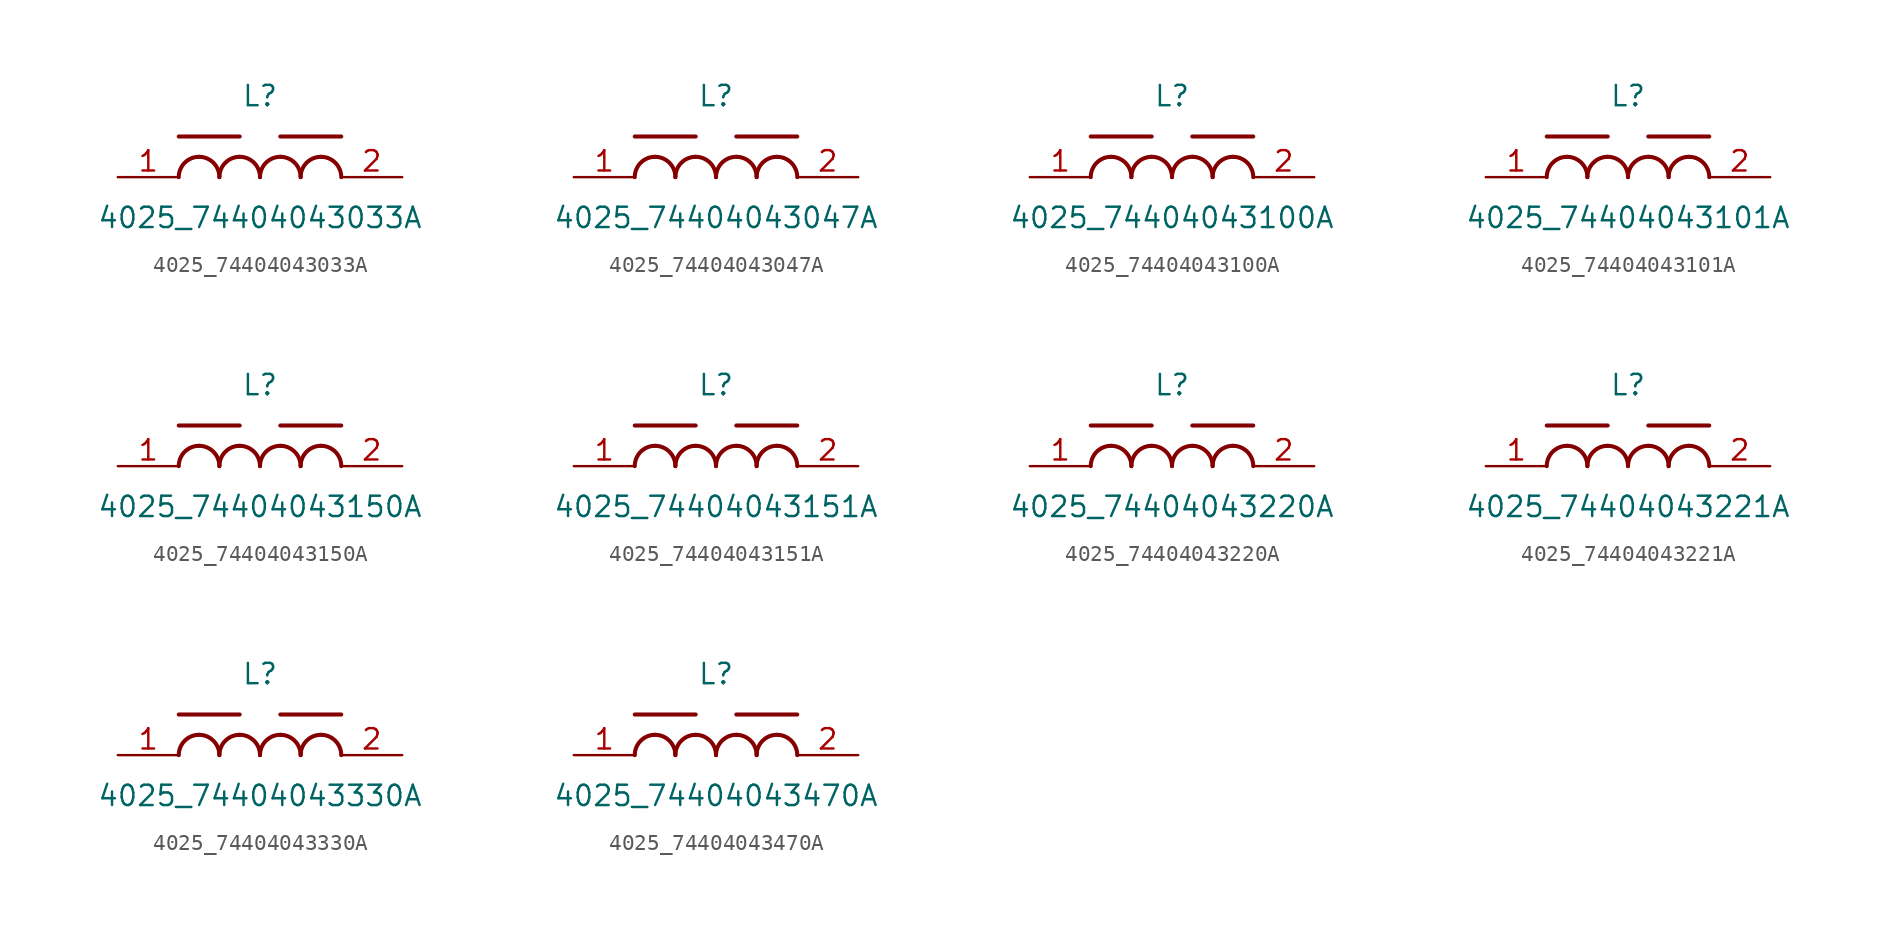
<source format=kicad_sym>
(kicad_symbol_lib
  (version 20211014)
  (generator kicad_symbol_editor)
  (symbol "Inductor_Wurth_WE-LQS:4025_74404043033A"
    (pin_names hide)
    (property "Reference" "L"
      (at 0 5.08 0)
      (effects (font (size 1.27 1.27))))
    (property "Value" "4025_74404043033A"
      (at 0 -2.54 0)
      (effects (font (size 1.27 1.27))))
    (symbol "4025_74404043033A_0_1"
      (arc (start -3.81 1.27) (mid -4.708 0.898) (end -5.08 0) (stroke (width 0.254) (type default) (color 0 0 0 0)) (fill (type none)))
      (arc (start -2.54 0) (mid -2.912 0.898) (end -3.81 1.27) (stroke (width 0.254) (type default) (color 0 0 0 0)) (fill (type none)))
      (arc (start -1.2699 1.2701) (mid -2.1679 0.8981) (end -2.5399 0.0001) (stroke (width 0.254) (type default) (color 0 0 0 0)) (fill (type none)))
      (polyline (pts (xy -5.08 2.54) (xy -1.27 2.54)) (stroke (width 0.254) (type default) (color 0 0 0 0)) (fill (type none)))
      (polyline (pts (xy 5.08 2.54) (xy 1.27 2.54)) (stroke (width 0.254) (type default) (color 0 0 0 0)) (fill (type none)))
      (arc (start 0.0001 0.0001) (mid -0.3719 0.8981) (end -1.2699 1.2701) (stroke (width 0.254) (type default) (color 0 0 0 0)) (fill (type none)))
      (arc (start 1.2701 1.2701) (mid 0.3721 0.8981) (end 0.0001 0.0001) (stroke (width 0.254) (type default) (color 0 0 0 0)) (fill (type none)))
      (arc (start 2.5401 0.0001) (mid 2.1681 0.8981) (end 1.2701 1.2701) (stroke (width 0.254) (type default) (color 0 0 0 0)) (fill (type none)))
      (arc (start 3.8101 1.2701) (mid 2.9121 0.8981) (end 2.5401 0.0001) (stroke (width 0.254) (type default) (color 0 0 0 0)) (fill (type none)))
      (arc (start 5.0801 0.0001) (mid 4.7081 0.8981) (end 3.8101 1.2701) (stroke (width 0.254) (type default) (color 0 0 0 0)) (fill (type none))))
    (symbol "4025_74404043033A_1_1"
      (pin passive line (at -8.89 0 0) (length 3.81) (name "1" (effects (font (size 1.27 1.27)))) (number "1" (effects (font (size 1.27 1.27)))))
      (pin passive line (at 8.89 0 180) (length 3.81) (name "2" (effects (font (size 1.27 1.27)))) (number "2" (effects (font (size 1.27 1.27)))))))
  (symbol "Inductor_Wurth_WE-LQS:4025_74404043047A"
    (pin_names hide)
    (property "Reference" "L"
      (at 0 5.08 0)
      (effects (font (size 1.27 1.27))))
    (property "Value" "4025_74404043047A"
      (at 0 -2.54 0)
      (effects (font (size 1.27 1.27))))
    (symbol "4025_74404043047A_0_1"
      (arc (start -3.81 1.27) (mid -4.708 0.898) (end -5.08 0) (stroke (width 0.254) (type default) (color 0 0 0 0)) (fill (type none)))
      (arc (start -2.54 0) (mid -2.912 0.898) (end -3.81 1.27) (stroke (width 0.254) (type default) (color 0 0 0 0)) (fill (type none)))
      (arc (start -1.2699 1.2701) (mid -2.1679 0.8981) (end -2.5399 0.0001) (stroke (width 0.254) (type default) (color 0 0 0 0)) (fill (type none)))
      (polyline (pts (xy -5.08 2.54) (xy -1.27 2.54)) (stroke (width 0.254) (type default) (color 0 0 0 0)) (fill (type none)))
      (polyline (pts (xy 5.08 2.54) (xy 1.27 2.54)) (stroke (width 0.254) (type default) (color 0 0 0 0)) (fill (type none)))
      (arc (start 0.0001 0.0001) (mid -0.3719 0.8981) (end -1.2699 1.2701) (stroke (width 0.254) (type default) (color 0 0 0 0)) (fill (type none)))
      (arc (start 1.2701 1.2701) (mid 0.3721 0.8981) (end 0.0001 0.0001) (stroke (width 0.254) (type default) (color 0 0 0 0)) (fill (type none)))
      (arc (start 2.5401 0.0001) (mid 2.1681 0.8981) (end 1.2701 1.2701) (stroke (width 0.254) (type default) (color 0 0 0 0)) (fill (type none)))
      (arc (start 3.8101 1.2701) (mid 2.9121 0.8981) (end 2.5401 0.0001) (stroke (width 0.254) (type default) (color 0 0 0 0)) (fill (type none)))
      (arc (start 5.0801 0.0001) (mid 4.7081 0.8981) (end 3.8101 1.2701) (stroke (width 0.254) (type default) (color 0 0 0 0)) (fill (type none))))
    (symbol "4025_74404043047A_1_1"
      (pin passive line (at -8.89 0 0) (length 3.81) (name "1" (effects (font (size 1.27 1.27)))) (number "1" (effects (font (size 1.27 1.27)))))
      (pin passive line (at 8.89 0 180) (length 3.81) (name "2" (effects (font (size 1.27 1.27)))) (number "2" (effects (font (size 1.27 1.27)))))))
  (symbol "Inductor_Wurth_WE-LQS:4025_74404043100A"
    (pin_names hide)
    (property "Reference" "L"
      (at 0 5.08 0)
      (effects (font (size 1.27 1.27))))
    (property "Value" "4025_74404043100A"
      (at 0 -2.54 0)
      (effects (font (size 1.27 1.27))))
    (symbol "4025_74404043100A_0_1"
      (arc (start -3.81 1.27) (mid -4.708 0.898) (end -5.08 0) (stroke (width 0.254) (type default) (color 0 0 0 0)) (fill (type none)))
      (arc (start -2.54 0) (mid -2.912 0.898) (end -3.81 1.27) (stroke (width 0.254) (type default) (color 0 0 0 0)) (fill (type none)))
      (arc (start -1.2699 1.2701) (mid -2.1679 0.8981) (end -2.5399 0.0001) (stroke (width 0.254) (type default) (color 0 0 0 0)) (fill (type none)))
      (polyline (pts (xy -5.08 2.54) (xy -1.27 2.54)) (stroke (width 0.254) (type default) (color 0 0 0 0)) (fill (type none)))
      (polyline (pts (xy 5.08 2.54) (xy 1.27 2.54)) (stroke (width 0.254) (type default) (color 0 0 0 0)) (fill (type none)))
      (arc (start 0.0001 0.0001) (mid -0.3719 0.8981) (end -1.2699 1.2701) (stroke (width 0.254) (type default) (color 0 0 0 0)) (fill (type none)))
      (arc (start 1.2701 1.2701) (mid 0.3721 0.8981) (end 0.0001 0.0001) (stroke (width 0.254) (type default) (color 0 0 0 0)) (fill (type none)))
      (arc (start 2.5401 0.0001) (mid 2.1681 0.8981) (end 1.2701 1.2701) (stroke (width 0.254) (type default) (color 0 0 0 0)) (fill (type none)))
      (arc (start 3.8101 1.2701) (mid 2.9121 0.8981) (end 2.5401 0.0001) (stroke (width 0.254) (type default) (color 0 0 0 0)) (fill (type none)))
      (arc (start 5.0801 0.0001) (mid 4.7081 0.8981) (end 3.8101 1.2701) (stroke (width 0.254) (type default) (color 0 0 0 0)) (fill (type none))))
    (symbol "4025_74404043100A_1_1"
      (pin passive line (at -8.89 0 0) (length 3.81) (name "1" (effects (font (size 1.27 1.27)))) (number "1" (effects (font (size 1.27 1.27)))))
      (pin passive line (at 8.89 0 180) (length 3.81) (name "2" (effects (font (size 1.27 1.27)))) (number "2" (effects (font (size 1.27 1.27)))))))
  (symbol "Inductor_Wurth_WE-LQS:4025_74404043101A"
    (pin_names hide)
    (property "Reference" "L"
      (at 0 5.08 0)
      (effects (font (size 1.27 1.27))))
    (property "Value" "4025_74404043101A"
      (at 0 -2.54 0)
      (effects (font (size 1.27 1.27))))
    (symbol "4025_74404043101A_0_1"
      (arc (start -3.81 1.27) (mid -4.708 0.898) (end -5.08 0) (stroke (width 0.254) (type default) (color 0 0 0 0)) (fill (type none)))
      (arc (start -2.54 0) (mid -2.912 0.898) (end -3.81 1.27) (stroke (width 0.254) (type default) (color 0 0 0 0)) (fill (type none)))
      (arc (start -1.2699 1.2701) (mid -2.1679 0.8981) (end -2.5399 0.0001) (stroke (width 0.254) (type default) (color 0 0 0 0)) (fill (type none)))
      (polyline (pts (xy -5.08 2.54) (xy -1.27 2.54)) (stroke (width 0.254) (type default) (color 0 0 0 0)) (fill (type none)))
      (polyline (pts (xy 5.08 2.54) (xy 1.27 2.54)) (stroke (width 0.254) (type default) (color 0 0 0 0)) (fill (type none)))
      (arc (start 0.0001 0.0001) (mid -0.3719 0.8981) (end -1.2699 1.2701) (stroke (width 0.254) (type default) (color 0 0 0 0)) (fill (type none)))
      (arc (start 1.2701 1.2701) (mid 0.3721 0.8981) (end 0.0001 0.0001) (stroke (width 0.254) (type default) (color 0 0 0 0)) (fill (type none)))
      (arc (start 2.5401 0.0001) (mid 2.1681 0.8981) (end 1.2701 1.2701) (stroke (width 0.254) (type default) (color 0 0 0 0)) (fill (type none)))
      (arc (start 3.8101 1.2701) (mid 2.9121 0.8981) (end 2.5401 0.0001) (stroke (width 0.254) (type default) (color 0 0 0 0)) (fill (type none)))
      (arc (start 5.0801 0.0001) (mid 4.7081 0.8981) (end 3.8101 1.2701) (stroke (width 0.254) (type default) (color 0 0 0 0)) (fill (type none))))
    (symbol "4025_74404043101A_1_1"
      (pin passive line (at -8.89 0 0) (length 3.81) (name "1" (effects (font (size 1.27 1.27)))) (number "1" (effects (font (size 1.27 1.27)))))
      (pin passive line (at 8.89 0 180) (length 3.81) (name "2" (effects (font (size 1.27 1.27)))) (number "2" (effects (font (size 1.27 1.27)))))))
  (symbol "Inductor_Wurth_WE-LQS:4025_74404043150A"
    (pin_names hide)
    (property "Reference" "L"
      (at 0 5.08 0)
      (effects (font (size 1.27 1.27))))
    (property "Value" "4025_74404043150A"
      (at 0 -2.54 0)
      (effects (font (size 1.27 1.27))))
    (symbol "4025_74404043150A_0_1"
      (arc (start -3.81 1.27) (mid -4.708 0.898) (end -5.08 0) (stroke (width 0.254) (type default) (color 0 0 0 0)) (fill (type none)))
      (arc (start -2.54 0) (mid -2.912 0.898) (end -3.81 1.27) (stroke (width 0.254) (type default) (color 0 0 0 0)) (fill (type none)))
      (arc (start -1.2699 1.2701) (mid -2.1679 0.8981) (end -2.5399 0.0001) (stroke (width 0.254) (type default) (color 0 0 0 0)) (fill (type none)))
      (polyline (pts (xy -5.08 2.54) (xy -1.27 2.54)) (stroke (width 0.254) (type default) (color 0 0 0 0)) (fill (type none)))
      (polyline (pts (xy 5.08 2.54) (xy 1.27 2.54)) (stroke (width 0.254) (type default) (color 0 0 0 0)) (fill (type none)))
      (arc (start 0.0001 0.0001) (mid -0.3719 0.8981) (end -1.2699 1.2701) (stroke (width 0.254) (type default) (color 0 0 0 0)) (fill (type none)))
      (arc (start 1.2701 1.2701) (mid 0.3721 0.8981) (end 0.0001 0.0001) (stroke (width 0.254) (type default) (color 0 0 0 0)) (fill (type none)))
      (arc (start 2.5401 0.0001) (mid 2.1681 0.8981) (end 1.2701 1.2701) (stroke (width 0.254) (type default) (color 0 0 0 0)) (fill (type none)))
      (arc (start 3.8101 1.2701) (mid 2.9121 0.8981) (end 2.5401 0.0001) (stroke (width 0.254) (type default) (color 0 0 0 0)) (fill (type none)))
      (arc (start 5.0801 0.0001) (mid 4.7081 0.8981) (end 3.8101 1.2701) (stroke (width 0.254) (type default) (color 0 0 0 0)) (fill (type none))))
    (symbol "4025_74404043150A_1_1"
      (pin passive line (at -8.89 0 0) (length 3.81) (name "1" (effects (font (size 1.27 1.27)))) (number "1" (effects (font (size 1.27 1.27)))))
      (pin passive line (at 8.89 0 180) (length 3.81) (name "2" (effects (font (size 1.27 1.27)))) (number "2" (effects (font (size 1.27 1.27)))))))
  (symbol "Inductor_Wurth_WE-LQS:4025_74404043151A"
    (pin_names hide)
    (property "Reference" "L"
      (at 0 5.08 0)
      (effects (font (size 1.27 1.27))))
    (property "Value" "4025_74404043151A"
      (at 0 -2.54 0)
      (effects (font (size 1.27 1.27))))
    (symbol "4025_74404043151A_0_1"
      (arc (start -3.81 1.27) (mid -4.708 0.898) (end -5.08 0) (stroke (width 0.254) (type default) (color 0 0 0 0)) (fill (type none)))
      (arc (start -2.54 0) (mid -2.912 0.898) (end -3.81 1.27) (stroke (width 0.254) (type default) (color 0 0 0 0)) (fill (type none)))
      (arc (start -1.2699 1.2701) (mid -2.1679 0.8981) (end -2.5399 0.0001) (stroke (width 0.254) (type default) (color 0 0 0 0)) (fill (type none)))
      (polyline (pts (xy -5.08 2.54) (xy -1.27 2.54)) (stroke (width 0.254) (type default) (color 0 0 0 0)) (fill (type none)))
      (polyline (pts (xy 5.08 2.54) (xy 1.27 2.54)) (stroke (width 0.254) (type default) (color 0 0 0 0)) (fill (type none)))
      (arc (start 0.0001 0.0001) (mid -0.3719 0.8981) (end -1.2699 1.2701) (stroke (width 0.254) (type default) (color 0 0 0 0)) (fill (type none)))
      (arc (start 1.2701 1.2701) (mid 0.3721 0.8981) (end 0.0001 0.0001) (stroke (width 0.254) (type default) (color 0 0 0 0)) (fill (type none)))
      (arc (start 2.5401 0.0001) (mid 2.1681 0.8981) (end 1.2701 1.2701) (stroke (width 0.254) (type default) (color 0 0 0 0)) (fill (type none)))
      (arc (start 3.8101 1.2701) (mid 2.9121 0.8981) (end 2.5401 0.0001) (stroke (width 0.254) (type default) (color 0 0 0 0)) (fill (type none)))
      (arc (start 5.0801 0.0001) (mid 4.7081 0.8981) (end 3.8101 1.2701) (stroke (width 0.254) (type default) (color 0 0 0 0)) (fill (type none))))
    (symbol "4025_74404043151A_1_1"
      (pin passive line (at -8.89 0 0) (length 3.81) (name "1" (effects (font (size 1.27 1.27)))) (number "1" (effects (font (size 1.27 1.27)))))
      (pin passive line (at 8.89 0 180) (length 3.81) (name "2" (effects (font (size 1.27 1.27)))) (number "2" (effects (font (size 1.27 1.27)))))))
  (symbol "Inductor_Wurth_WE-LQS:4025_74404043220A"
    (pin_names hide)
    (property "Reference" "L"
      (at 0 5.08 0)
      (effects (font (size 1.27 1.27))))
    (property "Value" "4025_74404043220A"
      (at 0 -2.54 0)
      (effects (font (size 1.27 1.27))))
    (symbol "4025_74404043220A_0_1"
      (arc (start -3.81 1.27) (mid -4.708 0.898) (end -5.08 0) (stroke (width 0.254) (type default) (color 0 0 0 0)) (fill (type none)))
      (arc (start -2.54 0) (mid -2.912 0.898) (end -3.81 1.27) (stroke (width 0.254) (type default) (color 0 0 0 0)) (fill (type none)))
      (arc (start -1.2699 1.2701) (mid -2.1679 0.8981) (end -2.5399 0.0001) (stroke (width 0.254) (type default) (color 0 0 0 0)) (fill (type none)))
      (polyline (pts (xy -5.08 2.54) (xy -1.27 2.54)) (stroke (width 0.254) (type default) (color 0 0 0 0)) (fill (type none)))
      (polyline (pts (xy 5.08 2.54) (xy 1.27 2.54)) (stroke (width 0.254) (type default) (color 0 0 0 0)) (fill (type none)))
      (arc (start 0.0001 0.0001) (mid -0.3719 0.8981) (end -1.2699 1.2701) (stroke (width 0.254) (type default) (color 0 0 0 0)) (fill (type none)))
      (arc (start 1.2701 1.2701) (mid 0.3721 0.8981) (end 0.0001 0.0001) (stroke (width 0.254) (type default) (color 0 0 0 0)) (fill (type none)))
      (arc (start 2.5401 0.0001) (mid 2.1681 0.8981) (end 1.2701 1.2701) (stroke (width 0.254) (type default) (color 0 0 0 0)) (fill (type none)))
      (arc (start 3.8101 1.2701) (mid 2.9121 0.8981) (end 2.5401 0.0001) (stroke (width 0.254) (type default) (color 0 0 0 0)) (fill (type none)))
      (arc (start 5.0801 0.0001) (mid 4.7081 0.8981) (end 3.8101 1.2701) (stroke (width 0.254) (type default) (color 0 0 0 0)) (fill (type none))))
    (symbol "4025_74404043220A_1_1"
      (pin passive line (at -8.89 0 0) (length 3.81) (name "1" (effects (font (size 1.27 1.27)))) (number "1" (effects (font (size 1.27 1.27)))))
      (pin passive line (at 8.89 0 180) (length 3.81) (name "2" (effects (font (size 1.27 1.27)))) (number "2" (effects (font (size 1.27 1.27)))))))
  (symbol "Inductor_Wurth_WE-LQS:4025_74404043221A"
    (pin_names hide)
    (property "Reference" "L"
      (at 0 5.08 0)
      (effects (font (size 1.27 1.27))))
    (property "Value" "4025_74404043221A"
      (at 0 -2.54 0)
      (effects (font (size 1.27 1.27))))
    (symbol "4025_74404043221A_0_1"
      (arc (start -3.81 1.27) (mid -4.708 0.898) (end -5.08 0) (stroke (width 0.254) (type default) (color 0 0 0 0)) (fill (type none)))
      (arc (start -2.54 0) (mid -2.912 0.898) (end -3.81 1.27) (stroke (width 0.254) (type default) (color 0 0 0 0)) (fill (type none)))
      (arc (start -1.2699 1.2701) (mid -2.1679 0.8981) (end -2.5399 0.0001) (stroke (width 0.254) (type default) (color 0 0 0 0)) (fill (type none)))
      (polyline (pts (xy -5.08 2.54) (xy -1.27 2.54)) (stroke (width 0.254) (type default) (color 0 0 0 0)) (fill (type none)))
      (polyline (pts (xy 5.08 2.54) (xy 1.27 2.54)) (stroke (width 0.254) (type default) (color 0 0 0 0)) (fill (type none)))
      (arc (start 0.0001 0.0001) (mid -0.3719 0.8981) (end -1.2699 1.2701) (stroke (width 0.254) (type default) (color 0 0 0 0)) (fill (type none)))
      (arc (start 1.2701 1.2701) (mid 0.3721 0.8981) (end 0.0001 0.0001) (stroke (width 0.254) (type default) (color 0 0 0 0)) (fill (type none)))
      (arc (start 2.5401 0.0001) (mid 2.1681 0.8981) (end 1.2701 1.2701) (stroke (width 0.254) (type default) (color 0 0 0 0)) (fill (type none)))
      (arc (start 3.8101 1.2701) (mid 2.9121 0.8981) (end 2.5401 0.0001) (stroke (width 0.254) (type default) (color 0 0 0 0)) (fill (type none)))
      (arc (start 5.0801 0.0001) (mid 4.7081 0.8981) (end 3.8101 1.2701) (stroke (width 0.254) (type default) (color 0 0 0 0)) (fill (type none))))
    (symbol "4025_74404043221A_1_1"
      (pin passive line (at -8.89 0 0) (length 3.81) (name "1" (effects (font (size 1.27 1.27)))) (number "1" (effects (font (size 1.27 1.27)))))
      (pin passive line (at 8.89 0 180) (length 3.81) (name "2" (effects (font (size 1.27 1.27)))) (number "2" (effects (font (size 1.27 1.27)))))))
  (symbol "Inductor_Wurth_WE-LQS:4025_74404043330A"
    (pin_names hide)
    (property "Reference" "L"
      (at 0 5.08 0)
      (effects (font (size 1.27 1.27))))
    (property "Value" "4025_74404043330A"
      (at 0 -2.54 0)
      (effects (font (size 1.27 1.27))))
    (symbol "4025_74404043330A_0_1"
      (arc (start -3.81 1.27) (mid -4.708 0.898) (end -5.08 0) (stroke (width 0.254) (type default) (color 0 0 0 0)) (fill (type none)))
      (arc (start -2.54 0) (mid -2.912 0.898) (end -3.81 1.27) (stroke (width 0.254) (type default) (color 0 0 0 0)) (fill (type none)))
      (arc (start -1.2699 1.2701) (mid -2.1679 0.8981) (end -2.5399 0.0001) (stroke (width 0.254) (type default) (color 0 0 0 0)) (fill (type none)))
      (polyline (pts (xy -5.08 2.54) (xy -1.27 2.54)) (stroke (width 0.254) (type default) (color 0 0 0 0)) (fill (type none)))
      (polyline (pts (xy 5.08 2.54) (xy 1.27 2.54)) (stroke (width 0.254) (type default) (color 0 0 0 0)) (fill (type none)))
      (arc (start 0.0001 0.0001) (mid -0.3719 0.8981) (end -1.2699 1.2701) (stroke (width 0.254) (type default) (color 0 0 0 0)) (fill (type none)))
      (arc (start 1.2701 1.2701) (mid 0.3721 0.8981) (end 0.0001 0.0001) (stroke (width 0.254) (type default) (color 0 0 0 0)) (fill (type none)))
      (arc (start 2.5401 0.0001) (mid 2.1681 0.8981) (end 1.2701 1.2701) (stroke (width 0.254) (type default) (color 0 0 0 0)) (fill (type none)))
      (arc (start 3.8101 1.2701) (mid 2.9121 0.8981) (end 2.5401 0.0001) (stroke (width 0.254) (type default) (color 0 0 0 0)) (fill (type none)))
      (arc (start 5.0801 0.0001) (mid 4.7081 0.8981) (end 3.8101 1.2701) (stroke (width 0.254) (type default) (color 0 0 0 0)) (fill (type none))))
    (symbol "4025_74404043330A_1_1"
      (pin passive line (at -8.89 0 0) (length 3.81) (name "1" (effects (font (size 1.27 1.27)))) (number "1" (effects (font (size 1.27 1.27)))))
      (pin passive line (at 8.89 0 180) (length 3.81) (name "2" (effects (font (size 1.27 1.27)))) (number "2" (effects (font (size 1.27 1.27)))))))
  (symbol "Inductor_Wurth_WE-LQS:4025_74404043470A"
    (pin_names hide)
    (property "Reference" "L"
      (at 0 5.08 0)
      (effects (font (size 1.27 1.27))))
    (property "Value" "4025_74404043470A"
      (at 0 -2.54 0)
      (effects (font (size 1.27 1.27))))
    (symbol "4025_74404043470A_0_1"
      (arc (start -3.81 1.27) (mid -4.708 0.898) (end -5.08 0) (stroke (width 0.254) (type default) (color 0 0 0 0)) (fill (type none)))
      (arc (start -2.54 0) (mid -2.912 0.898) (end -3.81 1.27) (stroke (width 0.254) (type default) (color 0 0 0 0)) (fill (type none)))
      (arc (start -1.2699 1.2701) (mid -2.1679 0.8981) (end -2.5399 0.0001) (stroke (width 0.254) (type default) (color 0 0 0 0)) (fill (type none)))
      (polyline (pts (xy -5.08 2.54) (xy -1.27 2.54)) (stroke (width 0.254) (type default) (color 0 0 0 0)) (fill (type none)))
      (polyline (pts (xy 5.08 2.54) (xy 1.27 2.54)) (stroke (width 0.254) (type default) (color 0 0 0 0)) (fill (type none)))
      (arc (start 0.0001 0.0001) (mid -0.3719 0.8981) (end -1.2699 1.2701) (stroke (width 0.254) (type default) (color 0 0 0 0)) (fill (type none)))
      (arc (start 1.2701 1.2701) (mid 0.3721 0.8981) (end 0.0001 0.0001) (stroke (width 0.254) (type default) (color 0 0 0 0)) (fill (type none)))
      (arc (start 2.5401 0.0001) (mid 2.1681 0.8981) (end 1.2701 1.2701) (stroke (width 0.254) (type default) (color 0 0 0 0)) (fill (type none)))
      (arc (start 3.8101 1.2701) (mid 2.9121 0.8981) (end 2.5401 0.0001) (stroke (width 0.254) (type default) (color 0 0 0 0)) (fill (type none)))
      (arc (start 5.0801 0.0001) (mid 4.7081 0.8981) (end 3.8101 1.2701) (stroke (width 0.254) (type default) (color 0 0 0 0)) (fill (type none))))
    (symbol "4025_74404043470A_1_1"
      (pin passive line (at -8.89 0 0) (length 3.81) (name "1" (effects (font (size 1.27 1.27)))) (number "1" (effects (font (size 1.27 1.27)))))
      (pin passive line (at 8.89 0 180) (length 3.81) (name "2" (effects (font (size 1.27 1.27)))) (number "2" (effects (font (size 1.27 1.27))))))))
</source>
